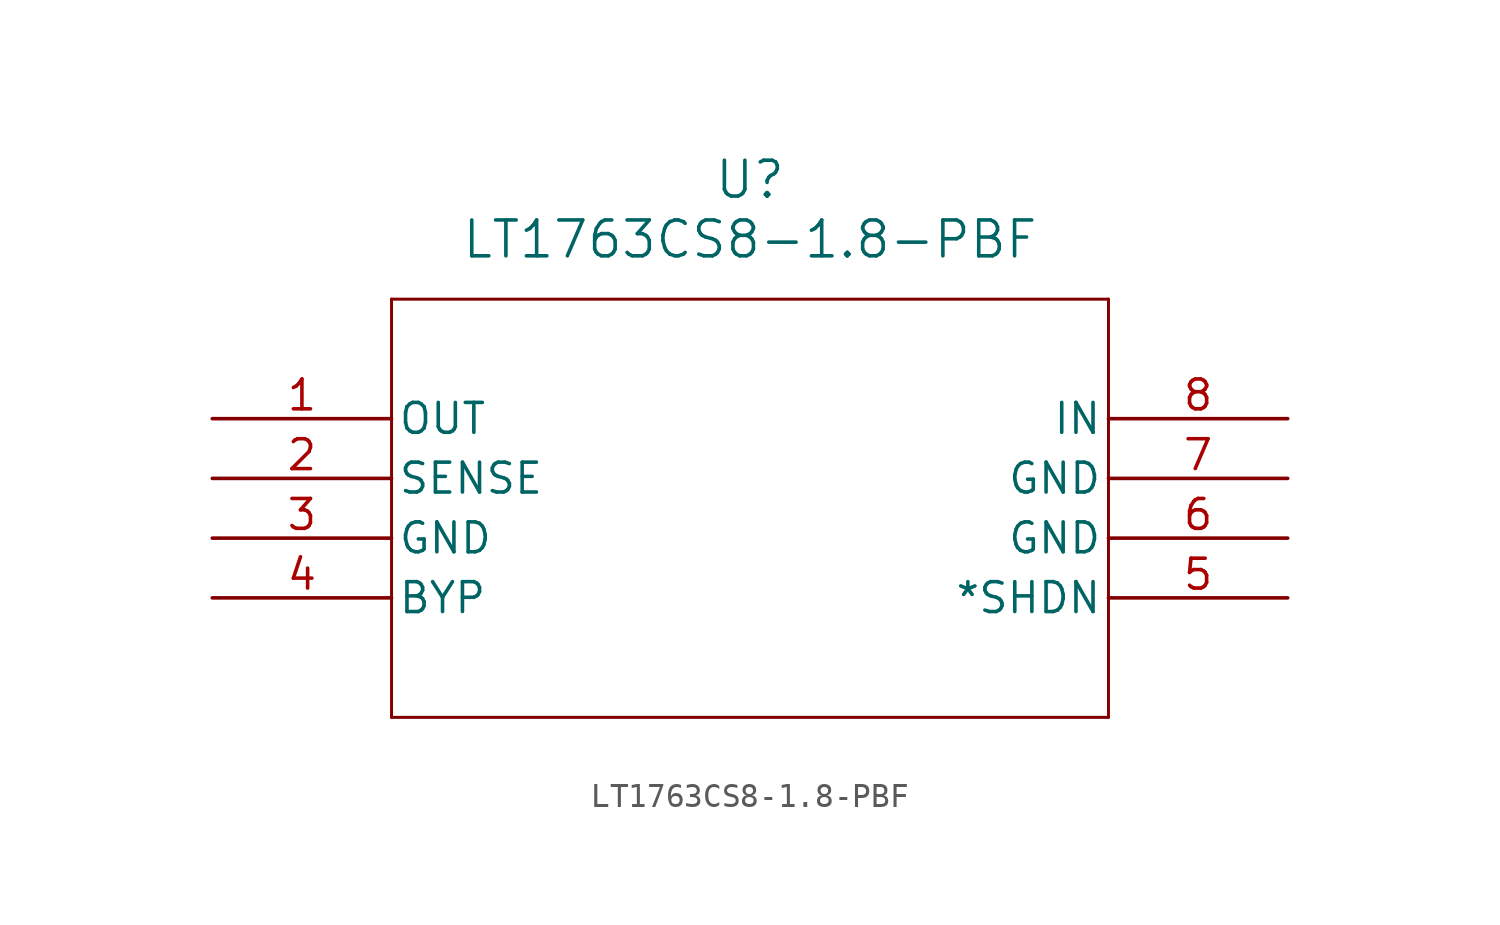
<source format=kicad_sym>
(kicad_symbol_lib
  (version 20211014)
  (generator kicad_symbol_editor)
  (symbol "LT1763CS8-1.8-PBF"
    (pin_names
      (offset 0.254))
    (property "Reference" "U"
      (at 22.86 10.16 0)
      (effects (font (size 1.524 1.524))))
    (property "Value" "LT1763CS8-1.8-PBF"
      (at 22.86 7.62 0)
      (effects (font (size 1.524 1.524))))
    (symbol "LT1763CS8-1.8-PBF_0_1"
      (polyline (pts (xy 7.62 5.08) (xy 7.62 -12.7)) (stroke (width 0.127) (type default) (color 0 0 0 0)) (fill (type none)))
      (polyline (pts (xy 7.62 -12.7) (xy 38.1 -12.7)) (stroke (width 0.127) (type default) (color 0 0 0 0)) (fill (type none)))
      (polyline (pts (xy 38.1 -12.7) (xy 38.1 5.08)) (stroke (width 0.127) (type default) (color 0 0 0 0)) (fill (type none)))
      (polyline (pts (xy 38.1 5.08) (xy 7.62 5.08)) (stroke (width 0.127) (type default) (color 0 0 0 0)) (fill (type none)))
      (pin output line (at 0 0 0) (length 7.62) (name "OUT" (effects (font (size 1.27 1.27)))) (number "1" (effects (font (size 1.27 1.27)))))
      (pin unspecified line (at 0 -2.54 0) (length 7.62) (name "SENSE" (effects (font (size 1.27 1.27)))) (number "2" (effects (font (size 1.27 1.27)))))
      (pin power_in line (at 0 -5.08 0) (length 7.62) (name "GND" (effects (font (size 1.27 1.27)))) (number "3" (effects (font (size 1.27 1.27)))))
      (pin unspecified line (at 0 -7.62 0) (length 7.62) (name "BYP" (effects (font (size 1.27 1.27)))) (number "4" (effects (font (size 1.27 1.27)))))
      (pin input line (at 45.72 -7.62 180) (length 7.62) (name "*SHDN" (effects (font (size 1.27 1.27)))) (number "5" (effects (font (size 1.27 1.27)))))
      (pin power_in line (at 45.72 -5.08 180) (length 7.62) (name "GND" (effects (font (size 1.27 1.27)))) (number "6" (effects (font (size 1.27 1.27)))))
      (pin power_in line (at 45.72 -2.54 180) (length 7.62) (name "GND" (effects (font (size 1.27 1.27)))) (number "7" (effects (font (size 1.27 1.27)))))
      (pin input line (at 45.72 0 180) (length 7.62) (name "IN" (effects (font (size 1.27 1.27)))) (number "8" (effects (font (size 1.27 1.27))))))))
</source>
